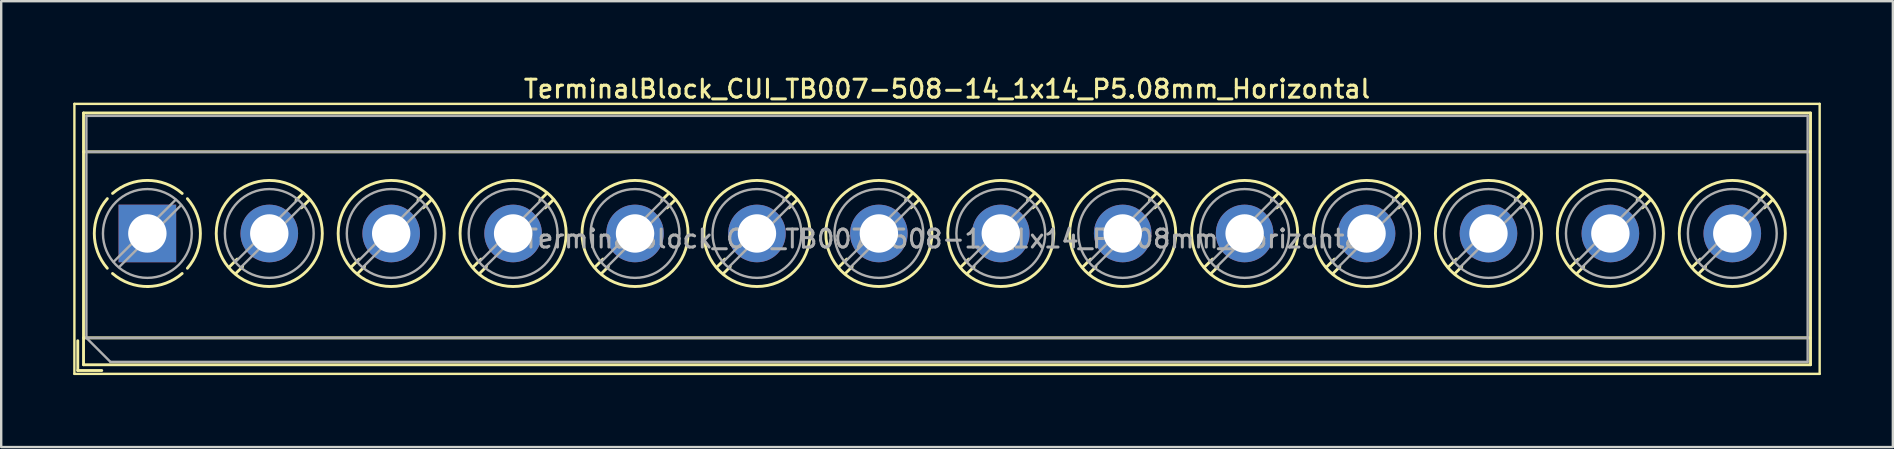
<source format=kicad_pcb>
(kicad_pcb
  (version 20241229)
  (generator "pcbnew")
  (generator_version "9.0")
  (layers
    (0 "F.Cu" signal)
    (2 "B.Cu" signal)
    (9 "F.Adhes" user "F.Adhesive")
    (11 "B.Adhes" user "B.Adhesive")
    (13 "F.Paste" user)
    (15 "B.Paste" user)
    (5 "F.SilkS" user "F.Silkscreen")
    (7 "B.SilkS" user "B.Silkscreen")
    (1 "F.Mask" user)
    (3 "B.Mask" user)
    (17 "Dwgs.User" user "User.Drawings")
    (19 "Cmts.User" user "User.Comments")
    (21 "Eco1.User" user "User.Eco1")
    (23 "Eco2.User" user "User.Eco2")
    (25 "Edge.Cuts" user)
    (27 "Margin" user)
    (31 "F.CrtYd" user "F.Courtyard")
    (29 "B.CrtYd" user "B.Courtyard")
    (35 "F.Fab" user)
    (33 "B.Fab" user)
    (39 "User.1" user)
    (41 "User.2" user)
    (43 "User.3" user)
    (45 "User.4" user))
  (footprint "TerminalBlock_CUI_TB007-508-14_1x14_P5.08mm_Horizontal"
    (layer "F.Cu")
    (at 3.09 6.678)
    (property "Reference" "TerminalBlock_CUI_TB007-508-14_1x14_P5.08mm_Horizontal" (at 33.32 -6.02 0) (layer "F.SilkS") (effects (font (size 0.75 0.75) (thickness 0.125))))
    (attr through_hole)
    (fp_line (start -3.04 -5.4) (end -3.04 5.85) (stroke (width 0.1) (type solid)) (layer "F.SilkS"))
    (fp_line (start -3.04 5.85) (end 69.68 5.85) (stroke (width 0.1) (type solid)) (layer "F.SilkS"))
    (fp_line (start -2.9 4.47) (end -2.9 5.71) (stroke (width 0.12) (type solid)) (layer "F.SilkS"))
    (fp_line (start -2.9 5.71) (end -1.9 5.71) (stroke (width 0.12) (type solid)) (layer "F.SilkS"))
    (fp_line (start -2.66 -5.02) (end -2.66 5.47) (stroke (width 0.12) (type solid)) (layer "F.SilkS"))
    (fp_line (start -2.66 -5.02) (end 69.3 -5.02) (stroke (width 0.12) (type solid)) (layer "F.SilkS"))
    (fp_line (start -2.66 -3.401) (end 69.3 -3.401) (stroke (width 0.12) (type solid)) (layer "F.SilkS"))
    (fp_line (start -2.66 4.35) (end 69.3 4.35) (stroke (width 0.12) (type solid)) (layer "F.SilkS"))
    (fp_line (start -2.66 5.47) (end 69.3 5.47) (stroke (width 0.12) (type solid)) (layer "F.SilkS"))
    (fp_line (start 3.743 1.068) (end 3.404 1.407) (stroke (width 0.12) (type solid)) (layer "F.SilkS"))
    (fp_line (start 3.967 1.384) (end 3.674 1.676) (stroke (width 0.12) (type solid)) (layer "F.SilkS"))
    (fp_line (start 6.487 -1.676) (end 6.194 -1.384) (stroke (width 0.12) (type solid)) (layer "F.SilkS"))
    (fp_line (start 6.757 -1.407) (end 6.418 -1.068) (stroke (width 0.12) (type solid)) (layer "F.SilkS"))
    (fp_line (start 8.823 1.068) (end 8.484 1.407) (stroke (width 0.12) (type solid)) (layer "F.SilkS"))
    (fp_line (start 9.047 1.384) (end 8.754 1.676) (stroke (width 0.12) (type solid)) (layer "F.SilkS"))
    (fp_line (start 11.567 -1.676) (end 11.274 -1.384) (stroke (width 0.12) (type solid)) (layer "F.SilkS"))
    (fp_line (start 11.837 -1.407) (end 11.498 -1.068) (stroke (width 0.12) (type solid)) (layer "F.SilkS"))
    (fp_line (start 13.903 1.068) (end 13.564 1.407) (stroke (width 0.12) (type solid)) (layer "F.SilkS"))
    (fp_line (start 14.127 1.384) (end 13.834 1.676) (stroke (width 0.12) (type solid)) (layer "F.SilkS"))
    (fp_line (start 16.647 -1.676) (end 16.354 -1.384) (stroke (width 0.12) (type solid)) (layer "F.SilkS"))
    (fp_line (start 16.917 -1.407) (end 16.578 -1.068) (stroke (width 0.12) (type solid)) (layer "F.SilkS"))
    (fp_line (start 18.983 1.068) (end 18.644 1.407) (stroke (width 0.12) (type solid)) (layer "F.SilkS"))
    (fp_line (start 19.207 1.384) (end 18.914 1.676) (stroke (width 0.12) (type solid)) (layer "F.SilkS"))
    (fp_line (start 21.727 -1.676) (end 21.434 -1.384) (stroke (width 0.12) (type solid)) (layer "F.SilkS"))
    (fp_line (start 21.997 -1.407) (end 21.658 -1.068) (stroke (width 0.12) (type solid)) (layer "F.SilkS"))
    (fp_line (start 24.063 1.068) (end 23.724 1.407) (stroke (width 0.12) (type solid)) (layer "F.SilkS"))
    (fp_line (start 24.287 1.384) (end 23.994 1.676) (stroke (width 0.12) (type solid)) (layer "F.SilkS"))
    (fp_line (start 26.807 -1.676) (end 26.514 -1.384) (stroke (width 0.12) (type solid)) (layer "F.SilkS"))
    (fp_line (start 27.077 -1.407) (end 26.738 -1.068) (stroke (width 0.12) (type solid)) (layer "F.SilkS"))
    (fp_line (start 29.143 1.068) (end 28.804 1.407) (stroke (width 0.12) (type solid)) (layer "F.SilkS"))
    (fp_line (start 29.367 1.384) (end 29.074 1.676) (stroke (width 0.12) (type solid)) (layer "F.SilkS"))
    (fp_line (start 31.887 -1.676) (end 31.594 -1.384) (stroke (width 0.12) (type solid)) (layer "F.SilkS"))
    (fp_line (start 32.157 -1.407) (end 31.818 -1.068) (stroke (width 0.12) (type solid)) (layer "F.SilkS"))
    (fp_line (start 34.223 1.068) (end 33.884 1.407) (stroke (width 0.12) (type solid)) (layer "F.SilkS"))
    (fp_line (start 34.447 1.384) (end 34.154 1.676) (stroke (width 0.12) (type solid)) (layer "F.SilkS"))
    (fp_line (start 36.967 -1.676) (end 36.674 -1.384) (stroke (width 0.12) (type solid)) (layer "F.SilkS"))
    (fp_line (start 37.237 -1.407) (end 36.898 -1.068) (stroke (width 0.12) (type solid)) (layer "F.SilkS"))
    (fp_line (start 39.303 1.068) (end 38.964 1.407) (stroke (width 0.12) (type solid)) (layer "F.SilkS"))
    (fp_line (start 39.527 1.384) (end 39.234 1.676) (stroke (width 0.12) (type solid)) (layer "F.SilkS"))
    (fp_line (start 42.047 -1.676) (end 41.754 -1.384) (stroke (width 0.12) (type solid)) (layer "F.SilkS"))
    (fp_line (start 42.317 -1.407) (end 41.978 -1.068) (stroke (width 0.12) (type solid)) (layer "F.SilkS"))
    (fp_line (start 44.383 1.068) (end 44.044 1.407) (stroke (width 0.12) (type solid)) (layer "F.SilkS"))
    (fp_line (start 44.607 1.384) (end 44.314 1.676) (stroke (width 0.12) (type solid)) (layer "F.SilkS"))
    (fp_line (start 47.127 -1.676) (end 46.834 -1.384) (stroke (width 0.12) (type solid)) (layer "F.SilkS"))
    (fp_line (start 47.397 -1.407) (end 47.058 -1.068) (stroke (width 0.12) (type solid)) (layer "F.SilkS"))
    (fp_line (start 49.463 1.068) (end 49.124 1.407) (stroke (width 0.12) (type solid)) (layer "F.SilkS"))
    (fp_line (start 49.687 1.384) (end 49.394 1.676) (stroke (width 0.12) (type solid)) (layer "F.SilkS"))
    (fp_line (start 52.207 -1.676) (end 51.914 -1.384) (stroke (width 0.12) (type solid)) (layer "F.SilkS"))
    (fp_line (start 52.477 -1.407) (end 52.138 -1.068) (stroke (width 0.12) (type solid)) (layer "F.SilkS"))
    (fp_line (start 54.543 1.068) (end 54.204 1.407) (stroke (width 0.12) (type solid)) (layer "F.SilkS"))
    (fp_line (start 54.767 1.384) (end 54.474 1.676) (stroke (width 0.12) (type solid)) (layer "F.SilkS"))
    (fp_line (start 57.287 -1.676) (end 56.994 -1.384) (stroke (width 0.12) (type solid)) (layer "F.SilkS"))
    (fp_line (start 57.557 -1.407) (end 57.218 -1.068) (stroke (width 0.12) (type solid)) (layer "F.SilkS"))
    (fp_line (start 59.623 1.068) (end 59.284 1.407) (stroke (width 0.12) (type solid)) (layer "F.SilkS"))
    (fp_line (start 59.847 1.384) (end 59.554 1.676) (stroke (width 0.12) (type solid)) (layer "F.SilkS"))
    (fp_line (start 62.367 -1.676) (end 62.074 -1.384) (stroke (width 0.12) (type solid)) (layer "F.SilkS"))
    (fp_line (start 62.637 -1.407) (end 62.298 -1.068) (stroke (width 0.12) (type solid)) (layer "F.SilkS"))
    (fp_line (start 64.703 1.068) (end 64.364 1.407) (stroke (width 0.12) (type solid)) (layer "F.SilkS"))
    (fp_line (start 64.927 1.384) (end 64.634 1.676) (stroke (width 0.12) (type solid)) (layer "F.SilkS"))
    (fp_line (start 67.447 -1.676) (end 67.154 -1.384) (stroke (width 0.12) (type solid)) (layer "F.SilkS"))
    (fp_line (start 67.717 -1.407) (end 67.378 -1.068) (stroke (width 0.12) (type solid)) (layer "F.SilkS"))
    (fp_line (start 69.3 -5.02) (end 69.3 5.47) (stroke (width 0.12) (type solid)) (layer "F.SilkS"))
    (fp_line (start 69.68 -5.4) (end -3.04 -5.4) (stroke (width 0.1) (type solid)) (layer "F.SilkS"))
    (fp_line (start 69.68 5.85) (end 69.68 -5.4) (stroke (width 0.1) (type solid)) (layer "F.SilkS"))
    (fp_arc (start -1.66902 1.449827) (mid -2.210797 -0.000777) (end -1.668 -1.451) (stroke (width 0.12) (type solid)) (layer "F.SilkS"))
    (fp_arc (start -1.449827 -1.66902) (mid 0.000777 -2.210797) (end 1.451 -1.668) (stroke (width 0.12) (type solid)) (layer "F.SilkS"))
    (fp_arc (start 0.037807 2.210474) (mid -0.756867 2.077204) (end -1.451 1.668) (stroke (width 0.12) (type solid)) (layer "F.SilkS"))
    (fp_arc (start 1.44989 1.667908) (mid 0.773958 2.070046) (end 0 2.21) (stroke (width 0.12) (type solid)) (layer "F.SilkS"))
    (fp_arc (start 1.668029 -1.449966) (mid 2.210141 0.000022) (end 1.668 1.45) (stroke (width 0.12) (type solid)) (layer "F.SilkS"))
    (fp_circle (center 5.08 0) (end 7.29 0) (stroke (width 0.12) (type solid)) (fill no) (layer "F.SilkS"))
    (fp_circle (center 10.16 0) (end 12.37 0) (stroke (width 0.12) (type solid)) (fill no) (layer "F.SilkS"))
    (fp_circle (center 15.24 0) (end 17.45 0) (stroke (width 0.12) (type solid)) (fill no) (layer "F.SilkS"))
    (fp_circle (center 20.32 0) (end 22.53 0) (stroke (width 0.12) (type solid)) (fill no) (layer "F.SilkS"))
    (fp_circle (center 25.4 0) (end 27.61 0) (stroke (width 0.12) (type solid)) (fill no) (layer "F.SilkS"))
    (fp_circle (center 30.48 0) (end 32.69 0) (stroke (width 0.12) (type solid)) (fill no) (layer "F.SilkS"))
    (fp_circle (center 35.56 0) (end 37.77 0) (stroke (width 0.12) (type solid)) (fill no) (layer "F.SilkS"))
    (fp_circle (center 40.64 0) (end 42.85 0) (stroke (width 0.12) (type solid)) (fill no) (layer "F.SilkS"))
    (fp_circle (center 45.72 0) (end 47.93 0) (stroke (width 0.12) (type solid)) (fill no) (layer "F.SilkS"))
    (fp_circle (center 50.8 0) (end 53.01 0) (stroke (width 0.12) (type solid)) (fill no) (layer "F.SilkS"))
    (fp_circle (center 55.88 0) (end 58.09 0) (stroke (width 0.12) (type solid)) (fill no) (layer "F.SilkS"))
    (fp_circle (center 60.96 0) (end 63.17 0) (stroke (width 0.12) (type solid)) (fill no) (layer "F.SilkS"))
    (fp_circle (center 66.04 0) (end 68.25 0) (stroke (width 0.12) (type solid)) (fill no) (layer "F.SilkS"))
    (fp_line (start -2.54 -4.9) (end 69.18 -4.9) (stroke (width 0.1) (type solid)) (layer "F.Fab"))
    (fp_line (start -2.54 -3.4) (end 69.18 -3.4) (stroke (width 0.1) (type solid)) (layer "F.Fab"))
    (fp_line (start -2.54 4.35) (end -2.54 -4.9) (stroke (width 0.1) (type solid)) (layer "F.Fab"))
    (fp_line (start -2.54 4.35) (end 69.18 4.35) (stroke (width 0.1) (type solid)) (layer "F.Fab"))
    (fp_line (start -1.54 5.35) (end -2.54 4.35) (stroke (width 0.1) (type solid)) (layer "F.Fab"))
    (fp_line (start 1.178 -1.403) (end -1.404 1.178) (stroke (width 0.1) (type solid)) (layer "F.Fab"))
    (fp_line (start 1.404 -1.178) (end -1.178 1.403) (stroke (width 0.1) (type solid)) (layer "F.Fab"))
    (fp_line (start 6.258 -1.403) (end 3.677 1.178) (stroke (width 0.1) (type solid)) (layer "F.Fab"))
    (fp_line (start 6.484 -1.178) (end 3.903 1.403) (stroke (width 0.1) (type solid)) (layer "F.Fab"))
    (fp_line (start 11.338 -1.403) (end 8.757 1.178) (stroke (width 0.1) (type solid)) (layer "F.Fab"))
    (fp_line (start 11.564 -1.178) (end 8.983 1.403) (stroke (width 0.1) (type solid)) (layer "F.Fab"))
    (fp_line (start 16.418 -1.403) (end 13.837 1.178) (stroke (width 0.1) (type solid)) (layer "F.Fab"))
    (fp_line (start 16.644 -1.178) (end 14.063 1.403) (stroke (width 0.1) (type solid)) (layer "F.Fab"))
    (fp_line (start 21.498 -1.403) (end 18.917 1.178) (stroke (width 0.1) (type solid)) (layer "F.Fab"))
    (fp_line (start 21.724 -1.178) (end 19.143 1.403) (stroke (width 0.1) (type solid)) (layer "F.Fab"))
    (fp_line (start 26.578 -1.403) (end 23.997 1.178) (stroke (width 0.1) (type solid)) (layer "F.Fab"))
    (fp_line (start 26.804 -1.178) (end 24.223 1.403) (stroke (width 0.1) (type solid)) (layer "F.Fab"))
    (fp_line (start 31.658 -1.403) (end 29.077 1.178) (stroke (width 0.1) (type solid)) (layer "F.Fab"))
    (fp_line (start 31.884 -1.178) (end 29.303 1.403) (stroke (width 0.1) (type solid)) (layer "F.Fab"))
    (fp_line (start 36.738 -1.403) (end 34.157 1.178) (stroke (width 0.1) (type solid)) (layer "F.Fab"))
    (fp_line (start 36.964 -1.178) (end 34.383 1.403) (stroke (width 0.1) (type solid)) (layer "F.Fab"))
    (fp_line (start 41.818 -1.403) (end 39.237 1.178) (stroke (width 0.1) (type solid)) (layer "F.Fab"))
    (fp_line (start 42.044 -1.178) (end 39.463 1.403) (stroke (width 0.1) (type solid)) (layer "F.Fab"))
    (fp_line (start 46.898 -1.403) (end 44.317 1.178) (stroke (width 0.1) (type solid)) (layer "F.Fab"))
    (fp_line (start 47.124 -1.178) (end 44.543 1.403) (stroke (width 0.1) (type solid)) (layer "F.Fab"))
    (fp_line (start 51.978 -1.403) (end 49.397 1.178) (stroke (width 0.1) (type solid)) (layer "F.Fab"))
    (fp_line (start 52.204 -1.178) (end 49.623 1.403) (stroke (width 0.1) (type solid)) (layer "F.Fab"))
    (fp_line (start 57.058 -1.403) (end 54.477 1.178) (stroke (width 0.1) (type solid)) (layer "F.Fab"))
    (fp_line (start 57.284 -1.178) (end 54.703 1.403) (stroke (width 0.1) (type solid)) (layer "F.Fab"))
    (fp_line (start 62.138 -1.403) (end 59.557 1.178) (stroke (width 0.1) (type solid)) (layer "F.Fab"))
    (fp_line (start 62.364 -1.178) (end 59.783 1.403) (stroke (width 0.1) (type solid)) (layer "F.Fab"))
    (fp_line (start 67.218 -1.403) (end 64.637 1.178) (stroke (width 0.1) (type solid)) (layer "F.Fab"))
    (fp_line (start 67.444 -1.178) (end 64.863 1.403) (stroke (width 0.1) (type solid)) (layer "F.Fab"))
    (fp_line (start 69.18 -4.9) (end 69.18 5.35) (stroke (width 0.1) (type solid)) (layer "F.Fab"))
    (fp_line (start 69.18 5.35) (end -1.54 5.35) (stroke (width 0.1) (type solid)) (layer "F.Fab"))
    (fp_circle (center 0 0) (end 1.85 0) (stroke (width 0.1) (type solid)) (fill no) (layer "F.Fab"))
    (fp_circle (center 5.08 0) (end 6.93 0) (stroke (width 0.1) (type solid)) (fill no) (layer "F.Fab"))
    (fp_circle (center 10.16 0) (end 12.01 0) (stroke (width 0.1) (type solid)) (fill no) (layer "F.Fab"))
    (fp_circle (center 15.24 0) (end 17.09 0) (stroke (width 0.1) (type solid)) (fill no) (layer "F.Fab"))
    (fp_circle (center 20.32 0) (end 22.17 0) (stroke (width 0.1) (type solid)) (fill no) (layer "F.Fab"))
    (fp_circle (center 25.4 0) (end 27.25 0) (stroke (width 0.1) (type solid)) (fill no) (layer "F.Fab"))
    (fp_circle (center 30.48 0) (end 32.33 0) (stroke (width 0.1) (type solid)) (fill no) (layer "F.Fab"))
    (fp_circle (center 35.56 0) (end 37.41 0) (stroke (width 0.1) (type solid)) (fill no) (layer "F.Fab"))
    (fp_circle (center 40.64 0) (end 42.49 0) (stroke (width 0.1) (type solid)) (fill no) (layer "F.Fab"))
    (fp_circle (center 45.72 0) (end 47.57 0) (stroke (width 0.1) (type solid)) (fill no) (layer "F.Fab"))
    (fp_circle (center 50.8 0) (end 52.65 0) (stroke (width 0.1) (type solid)) (fill no) (layer "F.Fab"))
    (fp_circle (center 55.88 0) (end 57.73 0) (stroke (width 0.1) (type solid)) (fill no) (layer "F.Fab"))
    (fp_circle (center 60.96 0) (end 62.81 0) (stroke (width 0.1) (type solid)) (fill no) (layer "F.Fab"))
    (fp_circle (center 66.04 0) (end 67.89 0) (stroke (width 0.1) (type solid)) (fill no) (layer "F.Fab"))
    (fp_text user "${REFERENCE}" (at 33.32 0.225 0) (layer "F.Fab") (effects (font (size 0.75 0.75) (thickness 0.125))))
    (pad "1" thru_hole rect (at 0 0) (size 2.4 2.4) (drill 1.6) (layers "*.Cu" "*.Mask"))
    (pad "2" thru_hole circle (at 5.08 0) (size 2.4 2.4) (drill 1.6) (layers "*.Cu" "*.Mask"))
    (pad "3" thru_hole circle (at 10.16 0) (size 2.4 2.4) (drill 1.6) (layers "*.Cu" "*.Mask"))
    (pad "4" thru_hole circle (at 15.24 0) (size 2.4 2.4) (drill 1.6) (layers "*.Cu" "*.Mask"))
    (pad "5" thru_hole circle (at 20.32 0) (size 2.4 2.4) (drill 1.6) (layers "*.Cu" "*.Mask"))
    (pad "6" thru_hole circle (at 25.4 0) (size 2.4 2.4) (drill 1.6) (layers "*.Cu" "*.Mask"))
    (pad "7" thru_hole circle (at 30.48 0) (size 2.4 2.4) (drill 1.6) (layers "*.Cu" "*.Mask"))
    (pad "8" thru_hole circle (at 35.56 0) (size 2.4 2.4) (drill 1.6) (layers "*.Cu" "*.Mask"))
    (pad "9" thru_hole circle (at 40.64 0) (size 2.4 2.4) (drill 1.6) (layers "*.Cu" "*.Mask"))
    (pad "10" thru_hole circle (at 45.72 0) (size 2.4 2.4) (drill 1.6) (layers "*.Cu" "*.Mask"))
    (pad "11" thru_hole circle (at 50.8 0) (size 2.4 2.4) (drill 1.6) (layers "*.Cu" "*.Mask"))
    (pad "12" thru_hole circle (at 55.88 0) (size 2.4 2.4) (drill 1.6) (layers "*.Cu" "*.Mask"))
    (pad "13" thru_hole circle (at 60.96 0) (size 2.4 2.4) (drill 1.6) (layers "*.Cu" "*.Mask"))
    (pad "14" thru_hole circle (at 66.04 0) (size 2.4 2.4) (drill 1.6) (layers "*.Cu" "*.Mask")))
  (gr_rect
    (start -3 -3)
    (end 75.82 15.578)
    (stroke (width 0.1) (type default))
    (fill no)
    (layer "Edge.Cuts")))
</source>
